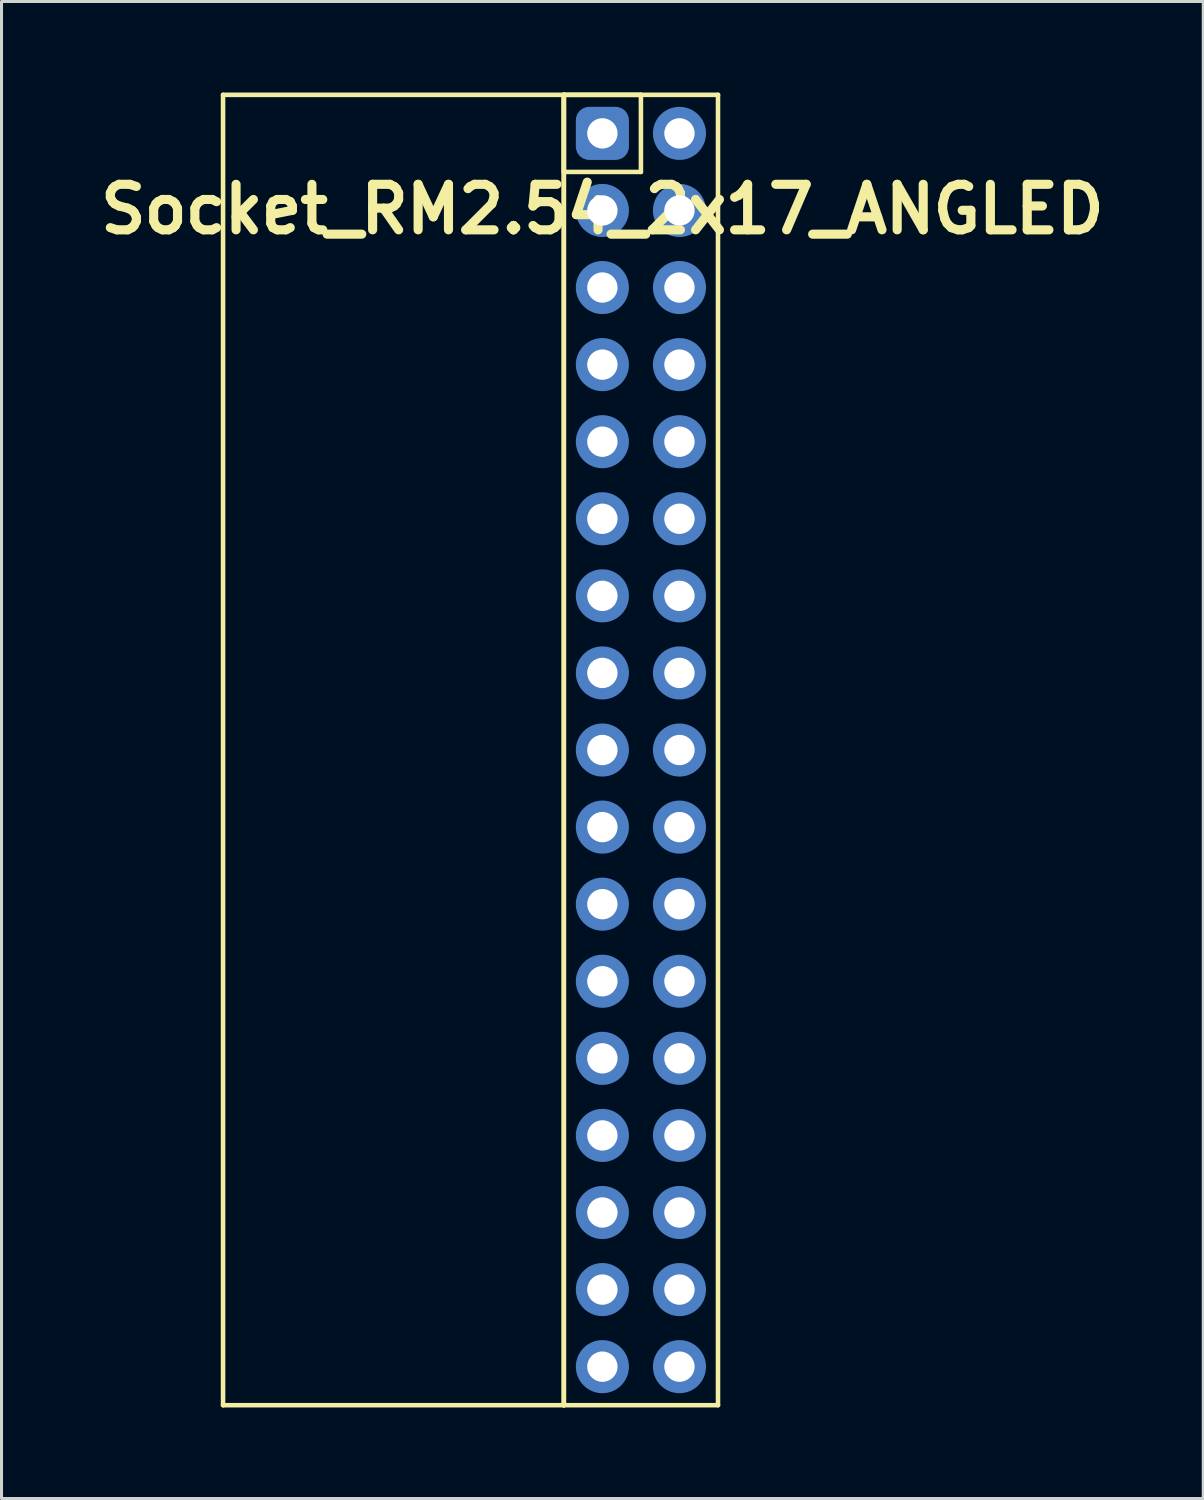
<source format=kicad_pcb>
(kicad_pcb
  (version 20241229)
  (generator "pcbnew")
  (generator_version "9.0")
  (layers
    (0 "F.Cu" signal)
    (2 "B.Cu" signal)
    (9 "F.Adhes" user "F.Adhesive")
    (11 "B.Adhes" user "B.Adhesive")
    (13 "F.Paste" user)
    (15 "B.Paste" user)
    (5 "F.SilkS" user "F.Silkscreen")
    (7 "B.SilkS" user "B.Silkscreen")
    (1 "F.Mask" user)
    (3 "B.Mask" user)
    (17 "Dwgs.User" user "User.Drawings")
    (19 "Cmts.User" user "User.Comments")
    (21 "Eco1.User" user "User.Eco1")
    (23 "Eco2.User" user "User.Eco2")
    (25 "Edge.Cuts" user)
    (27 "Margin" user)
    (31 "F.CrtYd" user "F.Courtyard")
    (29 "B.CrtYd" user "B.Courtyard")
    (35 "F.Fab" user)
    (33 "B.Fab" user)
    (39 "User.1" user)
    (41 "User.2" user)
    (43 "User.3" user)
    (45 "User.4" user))
  (footprint "Socket_RM2.54_2x17_ANGLED"
    (layer "F.Cu")
    (at 16.8 1.345)
    (property "Reference" "Socket_RM2.54_2x17_ANGLED" (at 0 2.5 0) (layer "F.SilkS") (effects (font (size 1.5 1.5) (thickness 0.3))))
    (attr through_hole)
    (fp_line (start -12.5 -1.27) (end -1.27 -1.27) (stroke (width 0.15) (type solid)) (layer "F.SilkS"))
    (fp_line (start -12.5 41.91) (end -12.5 -1.27) (stroke (width 0.15) (type solid)) (layer "F.SilkS"))
    (fp_line (start -1.27 -1.27) (end -1.27 41.91) (stroke (width 0.15) (type solid)) (layer "F.SilkS"))
    (fp_line (start -1.27 -1.27) (end 1.27 -1.27) (stroke (width 0.15) (type solid)) (layer "F.SilkS"))
    (fp_line (start -1.27 -1.27) (end 3.81 -1.27) (stroke (width 0.15) (type solid)) (layer "F.SilkS"))
    (fp_line (start -1.27 1.27) (end -1.27 -1.27) (stroke (width 0.15) (type solid)) (layer "F.SilkS"))
    (fp_line (start -1.27 41.91) (end -12.5 41.91) (stroke (width 0.15) (type solid)) (layer "F.SilkS"))
    (fp_line (start -1.27 41.91) (end -1.27 -1.27) (stroke (width 0.15) (type solid)) (layer "F.SilkS"))
    (fp_line (start 1.27 -1.27) (end 1.27 1.27) (stroke (width 0.15) (type solid)) (layer "F.SilkS"))
    (fp_line (start 1.27 1.27) (end -1.27 1.27) (stroke (width 0.15) (type solid)) (layer "F.SilkS"))
    (fp_line (start 3.81 -1.27) (end 3.81 41.91) (stroke (width 0.15) (type solid)) (layer "F.SilkS"))
    (fp_line (start 3.81 41.91) (end -1.27 41.91) (stroke (width 0.15) (type solid)) (layer "F.SilkS"))
    (pad "1" thru_hole circle (at 0 0) (size 1.3 1.3) (drill 1) (layers "*.Cu" "*.Mask"))
    (pad "1" smd roundrect (at 0 0) (size 1.5 1.5) (layers "F.Cu" "F.Mask") (roundrect_rratio 0.25))
    (pad "1" smd roundrect (at 0 0) (size 1.75 1.75) (layers "B.Cu" "B.Mask") (roundrect_rratio 0.25))
    (pad "2" thru_hole circle (at 2.54 0) (size 1.3 1.3) (drill 1) (layers "*.Cu" "*.Mask"))
    (pad "2" smd circle (at 2.54 0) (size 1.5 1.5) (layers "F.Cu" "F.Mask"))
    (pad "2" smd circle (at 2.54 0) (size 1.75 1.75) (layers "B.Cu" "B.Mask"))
    (pad "3" thru_hole circle (at 0 2.54) (size 1.3 1.3) (drill 1) (layers "*.Cu" "*.Mask"))
    (pad "3" smd circle (at 0 2.54) (size 1.5 1.5) (layers "F.Cu" "F.Mask"))
    (pad "3" smd circle (at 0 2.54) (size 1.75 1.75) (layers "B.Cu" "B.Mask"))
    (pad "4" thru_hole circle (at 2.54 2.54) (size 1.3 1.3) (drill 1) (layers "*.Cu" "*.Mask"))
    (pad "4" smd circle (at 2.54 2.54) (size 1.5 1.5) (layers "F.Cu" "F.Mask"))
    (pad "4" smd circle (at 2.54 2.54) (size 1.75 1.75) (layers "B.Cu" "B.Mask"))
    (pad "5" thru_hole circle (at 0 5.08) (size 1.3 1.3) (drill 1) (layers "*.Cu" "*.Mask"))
    (pad "5" smd circle (at 0 5.08) (size 1.5 1.5) (layers "F.Cu" "F.Mask"))
    (pad "5" smd circle (at 0 5.08) (size 1.75 1.75) (layers "B.Cu" "B.Mask"))
    (pad "6" thru_hole circle (at 2.54 5.08) (size 1.3 1.3) (drill 1) (layers "*.Cu" "*.Mask"))
    (pad "6" smd circle (at 2.54 5.08) (size 1.5 1.5) (layers "F.Cu" "F.Mask"))
    (pad "6" smd circle (at 2.54 5.08) (size 1.75 1.75) (layers "B.Cu" "B.Mask"))
    (pad "7" thru_hole circle (at 0 7.62) (size 1.3 1.3) (drill 1) (layers "*.Cu" "*.Mask"))
    (pad "7" smd circle (at 0 7.62) (size 1.5 1.5) (layers "F.Cu" "F.Mask"))
    (pad "7" smd circle (at 0 7.62) (size 1.75 1.75) (layers "B.Cu" "B.Mask"))
    (pad "8" thru_hole circle (at 2.54 7.62) (size 1.3 1.3) (drill 1) (layers "*.Cu" "*.Mask"))
    (pad "8" smd circle (at 2.54 7.62) (size 1.5 1.5) (layers "F.Cu" "F.Mask"))
    (pad "8" smd circle (at 2.54 7.62) (size 1.75 1.75) (layers "B.Cu" "B.Mask"))
    (pad "9" thru_hole circle (at 0 10.16) (size 1.3 1.3) (drill 1) (layers "*.Cu" "*.Mask"))
    (pad "9" smd circle (at 0 10.16) (size 1.5 1.5) (layers "F.Cu" "F.Mask"))
    (pad "9" smd circle (at 0 10.16) (size 1.75 1.75) (layers "B.Cu" "B.Mask"))
    (pad "10" thru_hole circle (at 2.54 10.16) (size 1.3 1.3) (drill 1) (layers "*.Cu" "*.Mask"))
    (pad "10" smd circle (at 2.54 10.16) (size 1.5 1.5) (layers "F.Cu" "F.Mask"))
    (pad "10" smd circle (at 2.54 10.16) (size 1.75 1.75) (layers "B.Cu" "B.Mask"))
    (pad "11" thru_hole circle (at 0 12.7) (size 1.3 1.3) (drill 1) (layers "*.Cu" "*.Mask"))
    (pad "11" smd circle (at 0 12.7) (size 1.5 1.5) (layers "F.Cu" "F.Mask"))
    (pad "11" smd circle (at 0 12.7) (size 1.75 1.75) (layers "B.Cu" "B.Mask"))
    (pad "12" thru_hole circle (at 2.54 12.7) (size 1.3 1.3) (drill 1) (layers "*.Cu" "*.Mask"))
    (pad "12" smd circle (at 2.54 12.7) (size 1.5 1.5) (layers "F.Cu" "F.Mask"))
    (pad "12" smd circle (at 2.54 12.7) (size 1.75 1.75) (layers "B.Cu" "B.Mask"))
    (pad "13" thru_hole circle (at 0 15.24) (size 1.3 1.3) (drill 1) (layers "*.Cu" "*.Mask"))
    (pad "13" smd circle (at 0 15.24) (size 1.5 1.5) (layers "F.Cu" "F.Mask"))
    (pad "13" smd circle (at 0 15.24) (size 1.75 1.75) (layers "B.Cu" "B.Mask"))
    (pad "14" thru_hole circle (at 2.54 15.24) (size 1.3 1.3) (drill 1) (layers "*.Cu" "*.Mask"))
    (pad "14" smd circle (at 2.54 15.24) (size 1.5 1.5) (layers "F.Cu" "F.Mask"))
    (pad "14" smd circle (at 2.54 15.24) (size 1.75 1.75) (layers "B.Cu" "B.Mask"))
    (pad "15" thru_hole circle (at 0 17.78) (size 1.3 1.3) (drill 1) (layers "*.Cu" "*.Mask"))
    (pad "15" smd circle (at 0 17.78) (size 1.5 1.5) (layers "F.Cu" "F.Mask"))
    (pad "15" smd circle (at 0 17.78) (size 1.75 1.75) (layers "B.Cu" "B.Mask"))
    (pad "16" thru_hole circle (at 2.54 17.78) (size 1.3 1.3) (drill 1) (layers "*.Cu" "*.Mask"))
    (pad "16" smd circle (at 2.54 17.78) (size 1.5 1.5) (layers "F.Cu" "F.Mask"))
    (pad "16" smd circle (at 2.54 17.78) (size 1.75 1.75) (layers "B.Cu" "B.Mask"))
    (pad "17" thru_hole circle (at 0 20.32) (size 1.3 1.3) (drill 1) (layers "*.Cu" "*.Mask"))
    (pad "17" smd circle (at 0 20.32) (size 1.5 1.5) (layers "F.Cu" "F.Mask"))
    (pad "17" smd circle (at 0 20.32) (size 1.75 1.75) (layers "B.Cu" "B.Mask"))
    (pad "18" thru_hole circle (at 2.54 20.32) (size 1.3 1.3) (drill 1) (layers "*.Cu" "*.Mask"))
    (pad "18" smd circle (at 2.54 20.32) (size 1.5 1.5) (layers "F.Cu" "F.Mask"))
    (pad "18" smd circle (at 2.54 20.32) (size 1.75 1.75) (layers "B.Cu" "B.Mask"))
    (pad "19" thru_hole circle (at 0 22.86) (size 1.3 1.3) (drill 1) (layers "*.Cu" "*.Mask"))
    (pad "19" smd circle (at 0 22.86) (size 1.5 1.5) (layers "F.Cu" "F.Mask"))
    (pad "19" smd circle (at 0 22.86) (size 1.75 1.75) (layers "B.Cu" "B.Mask"))
    (pad "20" thru_hole circle (at 2.54 22.86) (size 1.3 1.3) (drill 1) (layers "*.Cu" "*.Mask"))
    (pad "20" smd circle (at 2.54 22.86) (size 1.5 1.5) (layers "F.Cu" "F.Mask"))
    (pad "20" smd circle (at 2.54 22.86) (size 1.75 1.75) (layers "B.Cu" "B.Mask"))
    (pad "21" thru_hole circle (at 0 25.4) (size 1.3 1.3) (drill 1) (layers "*.Cu" "*.Mask"))
    (pad "21" smd circle (at 0 25.4) (size 1.5 1.5) (layers "F.Cu" "F.Mask"))
    (pad "21" smd circle (at 0 25.4) (size 1.75 1.75) (layers "B.Cu" "B.Mask"))
    (pad "22" thru_hole circle (at 2.54 25.4) (size 1.3 1.3) (drill 1) (layers "*.Cu" "*.Mask"))
    (pad "22" smd circle (at 2.54 25.4) (size 1.5 1.5) (layers "F.Cu" "F.Mask"))
    (pad "22" smd circle (at 2.54 25.4) (size 1.75 1.75) (layers "B.Cu" "B.Mask"))
    (pad "23" thru_hole circle (at 0 27.94) (size 1.3 1.3) (drill 1) (layers "*.Cu" "*.Mask"))
    (pad "23" smd circle (at 0 27.94) (size 1.5 1.5) (layers "F.Cu" "F.Mask"))
    (pad "23" smd circle (at 0 27.94) (size 1.75 1.75) (layers "B.Cu" "B.Mask"))
    (pad "24" thru_hole circle (at 2.54 27.94) (size 1.3 1.3) (drill 1) (layers "*.Cu" "*.Mask"))
    (pad "24" smd circle (at 2.54 27.94) (size 1.5 1.5) (layers "F.Cu" "F.Mask"))
    (pad "24" smd circle (at 2.54 27.94) (size 1.75 1.75) (layers "B.Cu" "B.Mask"))
    (pad "25" thru_hole circle (at 0 30.48) (size 1.3 1.3) (drill 1) (layers "*.Cu" "*.Mask"))
    (pad "25" smd circle (at 0 30.48) (size 1.5 1.5) (layers "F.Cu" "F.Mask"))
    (pad "25" smd circle (at 0 30.48) (size 1.75 1.75) (layers "B.Cu" "B.Mask"))
    (pad "26" thru_hole circle (at 2.54 30.48) (size 1.3 1.3) (drill 1) (layers "*.Cu" "*.Mask"))
    (pad "26" smd circle (at 2.54 30.48) (size 1.5 1.5) (layers "F.Cu" "F.Mask"))
    (pad "26" smd circle (at 2.54 30.48) (size 1.75 1.75) (layers "B.Cu" "B.Mask"))
    (pad "27" thru_hole circle (at 0 33.02) (size 1.3 1.3) (drill 1) (layers "*.Cu" "*.Mask"))
    (pad "27" smd circle (at 0 33.02) (size 1.5 1.5) (layers "F.Cu" "F.Mask"))
    (pad "27" smd circle (at 0 33.02) (size 1.75 1.75) (layers "B.Cu" "B.Mask"))
    (pad "28" thru_hole circle (at 2.54 33.02) (size 1.3 1.3) (drill 1) (layers "*.Cu" "*.Mask"))
    (pad "28" smd circle (at 2.54 33.02) (size 1.5 1.5) (layers "F.Cu" "F.Mask"))
    (pad "28" smd circle (at 2.54 33.02) (size 1.75 1.75) (layers "B.Cu" "B.Mask"))
    (pad "29" thru_hole circle (at 0 35.56) (size 1.3 1.3) (drill 1) (layers "*.Cu" "*.Mask"))
    (pad "29" smd circle (at 0 35.56) (size 1.5 1.5) (layers "F.Cu" "F.Mask"))
    (pad "29" smd circle (at 0 35.56) (size 1.75 1.75) (layers "B.Cu" "B.Mask"))
    (pad "30" thru_hole circle (at 2.54 35.56) (size 1.3 1.3) (drill 1) (layers "*.Cu" "*.Mask"))
    (pad "30" smd circle (at 2.54 35.56) (size 1.5 1.5) (layers "F.Cu" "F.Mask"))
    (pad "30" smd circle (at 2.54 35.56) (size 1.75 1.75) (layers "B.Cu" "B.Mask"))
    (pad "31" thru_hole circle (at 0 38.1) (size 1.3 1.3) (drill 1) (layers "*.Cu" "*.Mask"))
    (pad "31" smd circle (at 0 38.1) (size 1.5 1.5) (layers "F.Cu" "F.Mask"))
    (pad "31" smd circle (at 0 38.1) (size 1.75 1.75) (layers "B.Cu" "B.Mask"))
    (pad "32" thru_hole circle (at 2.54 38.1) (size 1.3 1.3) (drill 1) (layers "*.Cu" "*.Mask"))
    (pad "32" smd circle (at 2.54 38.1) (size 1.5 1.5) (layers "F.Cu" "F.Mask"))
    (pad "32" smd circle (at 2.54 38.1) (size 1.75 1.75) (layers "B.Cu" "B.Mask"))
    (pad "33" thru_hole circle (at 0 40.64) (size 1.3 1.3) (drill 1) (layers "*.Cu" "*.Mask"))
    (pad "33" smd circle (at 0 40.64) (size 1.5 1.5) (layers "F.Cu" "F.Mask"))
    (pad "33" smd circle (at 0 40.64) (size 1.75 1.75) (layers "B.Cu" "B.Mask"))
    (pad "34" thru_hole circle (at 2.54 40.64) (size 1.3 1.3) (drill 1) (layers "*.Cu" "*.Mask"))
    (pad "34" smd circle (at 2.54 40.64) (size 1.5 1.5) (layers "F.Cu" "F.Mask"))
    (pad "34" smd circle (at 2.54 40.64) (size 1.75 1.75) (layers "B.Cu" "B.Mask")))
  (gr_rect
    (start -3 -3)
    (end 36.6 46.33)
    (stroke (width 0.1) (type default))
    (fill no)
    (layer "Edge.Cuts")))
</source>
